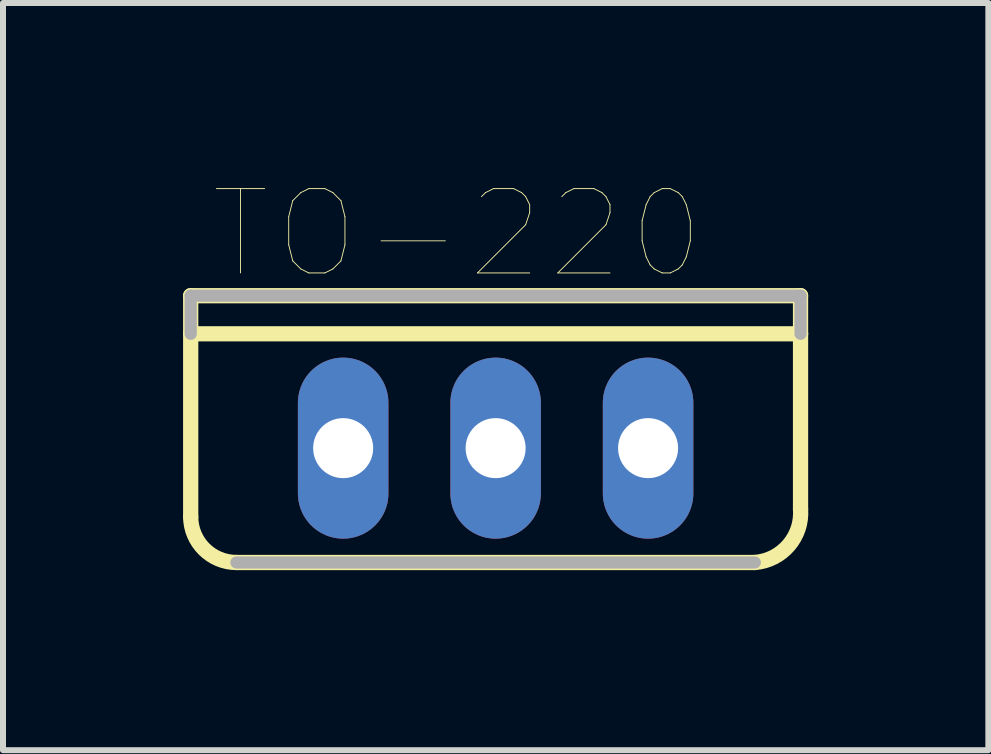
<source format=kicad_pcb>
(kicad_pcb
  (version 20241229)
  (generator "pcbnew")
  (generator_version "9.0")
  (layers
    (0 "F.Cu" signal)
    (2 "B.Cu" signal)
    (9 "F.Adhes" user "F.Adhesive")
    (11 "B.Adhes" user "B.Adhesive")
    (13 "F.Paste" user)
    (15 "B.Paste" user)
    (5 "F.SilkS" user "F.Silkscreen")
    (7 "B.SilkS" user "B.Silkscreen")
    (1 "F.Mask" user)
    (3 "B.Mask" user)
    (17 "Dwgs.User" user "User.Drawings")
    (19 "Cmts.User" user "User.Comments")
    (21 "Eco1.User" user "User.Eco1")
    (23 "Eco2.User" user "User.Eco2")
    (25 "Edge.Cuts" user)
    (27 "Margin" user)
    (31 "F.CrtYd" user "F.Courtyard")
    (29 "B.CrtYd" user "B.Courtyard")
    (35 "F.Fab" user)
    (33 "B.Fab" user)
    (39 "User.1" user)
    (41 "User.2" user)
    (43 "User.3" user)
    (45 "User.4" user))
  (footprint "TO-220"
    (layer "F.Cu")
    (at 5.207 4.416)
    (property "Reference" "TO-220" (at -0.637 -3.568 0) (layer "F.SilkS") (effects (font (size 1.405 1.405) (thickness 0.015))))
    (attr through_hole)
    (fp_line (start -5.08 -2.54) (end 5.08 -2.54) (stroke (width 0.254) (type solid)) (layer "F.SilkS"))
    (fp_line (start -5.08 -1.905) (end -5.08 -2.54) (stroke (width 0.254) (type solid)) (layer "F.SilkS"))
    (fp_line (start -5.08 1.143) (end -5.08 -1.905) (stroke (width 0.254) (type solid)) (layer "F.SilkS"))
    (fp_line (start 4.318 1.905) (end -4.318 1.905) (stroke (width 0.254) (type solid)) (layer "F.SilkS"))
    (fp_line (start 5.08 -2.54) (end 5.08 -1.905) (stroke (width 0.254) (type solid)) (layer "F.SilkS"))
    (fp_line (start 5.08 -1.905) (end -5.08 -1.905) (stroke (width 0.254) (type solid)) (layer "F.SilkS"))
    (fp_line (start 5.08 -1.905) (end 5.08 1.016) (stroke (width 0.254) (type solid)) (layer "F.SilkS"))
    (fp_arc (start -4.318 1.905) (mid -4.856815 1.681815) (end -5.08 1.143) (stroke (width 0.254) (type solid)) (layer "F.SilkS"))
    (fp_arc (start 5.08 1.016) (mid 4.883118 1.618315) (end 4.318 1.905) (stroke (width 0.254) (type solid)) (layer "F.SilkS"))
    (fp_line (start -5.08 -2.54) (end 5.08 -2.54) (stroke (width 0.203) (type solid)) (layer "F.Fab"))
    (fp_line (start -5.08 -1.905) (end -5.08 -2.54) (stroke (width 0.203) (type solid)) (layer "F.Fab"))
    (fp_line (start -4.318 1.905) (end 4.318 1.905) (stroke (width 0.203) (type solid)) (layer "F.Fab"))
    (fp_line (start 5.08 -2.54) (end 5.08 -1.905) (stroke (width 0.203) (type solid)) (layer "F.Fab"))
    (pad "1" thru_hole oval (at -2.54 0) (size 1.508 3.016) (drill 1) (layers "*.Cu" "*.Mask"))
    (pad "2" thru_hole oval (at 0 0) (size 1.508 3.016) (drill 1) (layers "*.Cu" "*.Mask"))
    (pad "3" thru_hole oval (at 2.54 0) (size 1.508 3.016) (drill 1) (layers "*.Cu" "*.Mask")))
  (gr_rect
    (start -3 -3)
    (end 13.416 9.448)
    (stroke (width 0.1) (type default))
    (fill no)
    (layer "Edge.Cuts")))
</source>
